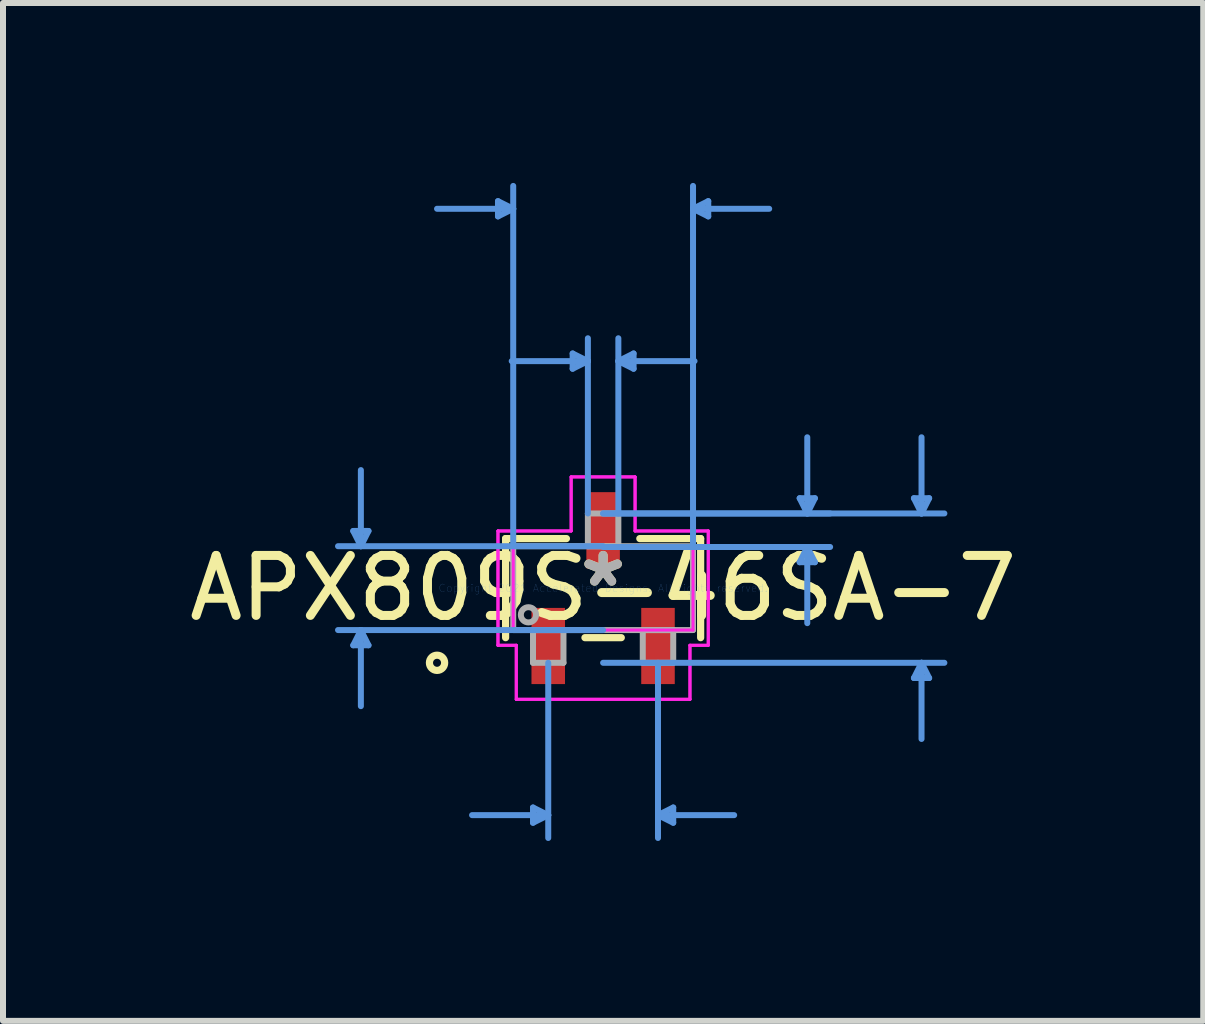
<source format=kicad_pcb>
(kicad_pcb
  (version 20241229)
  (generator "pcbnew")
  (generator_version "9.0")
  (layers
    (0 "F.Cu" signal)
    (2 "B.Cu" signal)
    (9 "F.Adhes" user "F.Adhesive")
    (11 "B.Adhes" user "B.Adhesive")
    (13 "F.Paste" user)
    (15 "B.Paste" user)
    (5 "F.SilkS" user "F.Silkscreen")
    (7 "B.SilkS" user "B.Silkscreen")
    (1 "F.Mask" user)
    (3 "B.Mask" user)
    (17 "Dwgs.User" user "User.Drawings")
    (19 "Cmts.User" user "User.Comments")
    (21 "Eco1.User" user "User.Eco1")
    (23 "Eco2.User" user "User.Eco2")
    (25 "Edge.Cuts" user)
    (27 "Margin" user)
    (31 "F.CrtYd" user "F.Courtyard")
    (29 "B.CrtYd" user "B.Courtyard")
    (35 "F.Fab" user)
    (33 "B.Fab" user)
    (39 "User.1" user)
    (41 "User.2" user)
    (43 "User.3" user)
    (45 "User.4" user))
  (footprint "APX809S-46SA-7"
    (layer "F.Cu")
    (at 7.006 6.756)
    (property "Reference" "APX809S-46SA-7" (at 0 0 0) (layer "F.SilkS") (effects (font (size 1 1) (thickness 0.15))))
    (attr through_hole)
    (fp_line (start -1.626 -0.826) (end -1.626 0.826) (stroke (width 0.12) (type solid)) (layer "F.SilkS"))
    (fp_line (start -0.612 -0.826) (end -1.626 -0.826) (stroke (width 0.12) (type solid)) (layer "F.SilkS"))
    (fp_line (start -0.303 0.826) (end 0.303 0.826) (stroke (width 0.12) (type solid)) (layer "F.SilkS"))
    (fp_line (start 1.626 -0.826) (end 0.612 -0.826) (stroke (width 0.12) (type solid)) (layer "F.SilkS"))
    (fp_line (start 1.626 0.826) (end 1.626 -0.826) (stroke (width 0.12) (type solid)) (layer "F.SilkS"))
    (fp_circle (center -2.769 1.245) (end -2.642 1.245) (stroke (width 0.12) (type solid)) (fill no) (layer "F.SilkS"))
    (fp_line (start -4.166 -0.953) (end -3.912 -0.953) (stroke (width 0.1) (type solid)) (layer "Cmts.User"))
    (fp_line (start -4.166 0.953) (end -3.912 0.953) (stroke (width 0.1) (type solid)) (layer "Cmts.User"))
    (fp_line (start -4.039 -0.699) (end -4.166 -0.953) (stroke (width 0.1) (type solid)) (layer "Cmts.User"))
    (fp_line (start -4.039 -0.699) (end -4.039 -1.968) (stroke (width 0.1) (type solid)) (layer "Cmts.User"))
    (fp_line (start -4.039 -0.699) (end -3.912 -0.953) (stroke (width 0.1) (type solid)) (layer "Cmts.User"))
    (fp_line (start -4.039 0.699) (end -4.166 0.953) (stroke (width 0.1) (type solid)) (layer "Cmts.User"))
    (fp_line (start -4.039 0.699) (end -4.039 1.968) (stroke (width 0.1) (type solid)) (layer "Cmts.User"))
    (fp_line (start -4.039 0.699) (end -3.912 0.953) (stroke (width 0.1) (type solid)) (layer "Cmts.User"))
    (fp_line (start -1.753 -6.452) (end -1.753 -6.198) (stroke (width 0.1) (type solid)) (layer "Cmts.User"))
    (fp_line (start -1.499 -6.325) (end -2.769 -6.325) (stroke (width 0.1) (type solid)) (layer "Cmts.User"))
    (fp_line (start -1.499 -6.325) (end -1.753 -6.452) (stroke (width 0.1) (type solid)) (layer "Cmts.User"))
    (fp_line (start -1.499 -6.325) (end -1.753 -6.198) (stroke (width 0.1) (type solid)) (layer "Cmts.User"))
    (fp_line (start -1.499 -0.699) (end -1.499 -6.706) (stroke (width 0.1) (type solid)) (layer "Cmts.User"))
    (fp_line (start -1.169 3.658) (end -1.169 3.912) (stroke (width 0.1) (type solid)) (layer "Cmts.User"))
    (fp_line (start -0.915 1.245) (end -0.915 4.166) (stroke (width 0.1) (type solid)) (layer "Cmts.User"))
    (fp_line (start -0.915 3.785) (end -2.185 3.785) (stroke (width 0.1) (type solid)) (layer "Cmts.User"))
    (fp_line (start -0.915 3.785) (end -1.169 3.658) (stroke (width 0.1) (type solid)) (layer "Cmts.User"))
    (fp_line (start -0.915 3.785) (end -1.169 3.912) (stroke (width 0.1) (type solid)) (layer "Cmts.User"))
    (fp_line (start -0.508 -3.912) (end -0.508 -3.658) (stroke (width 0.1) (type solid)) (layer "Cmts.User"))
    (fp_line (start -0.254 -3.785) (end -1.524 -3.785) (stroke (width 0.1) (type solid)) (layer "Cmts.User"))
    (fp_line (start -0.254 -3.785) (end -0.508 -3.912) (stroke (width 0.1) (type solid)) (layer "Cmts.User"))
    (fp_line (start -0.254 -3.785) (end -0.508 -3.658) (stroke (width 0.1) (type solid)) (layer "Cmts.User"))
    (fp_line (start -0.254 -1.245) (end -0.254 -4.166) (stroke (width 0.1) (type solid)) (layer "Cmts.User"))
    (fp_line (start 0 -1.245) (end 3.785 -1.245) (stroke (width 0.1) (type solid)) (layer "Cmts.User"))
    (fp_line (start 0 -1.245) (end 5.69 -1.245) (stroke (width 0.1) (type solid)) (layer "Cmts.User"))
    (fp_line (start 0 -0.699) (end -4.42 -0.699) (stroke (width 0.1) (type solid)) (layer "Cmts.User"))
    (fp_line (start 0 -0.686) (end 3.785 -0.686) (stroke (width 0.1) (type solid)) (layer "Cmts.User"))
    (fp_line (start 0 0.699) (end -4.42 0.699) (stroke (width 0.1) (type solid)) (layer "Cmts.User"))
    (fp_line (start 0 1.245) (end 5.69 1.245) (stroke (width 0.1) (type solid)) (layer "Cmts.User"))
    (fp_line (start 0.254 -3.785) (end 0.508 -3.912) (stroke (width 0.1) (type solid)) (layer "Cmts.User"))
    (fp_line (start 0.254 -3.785) (end 0.508 -3.658) (stroke (width 0.1) (type solid)) (layer "Cmts.User"))
    (fp_line (start 0.254 -3.785) (end 1.524 -3.785) (stroke (width 0.1) (type solid)) (layer "Cmts.User"))
    (fp_line (start 0.254 -1.245) (end 0.254 -4.166) (stroke (width 0.1) (type solid)) (layer "Cmts.User"))
    (fp_line (start 0.508 -3.912) (end 0.508 -3.658) (stroke (width 0.1) (type solid)) (layer "Cmts.User"))
    (fp_line (start 0.915 1.245) (end 0.915 4.166) (stroke (width 0.1) (type solid)) (layer "Cmts.User"))
    (fp_line (start 0.915 3.785) (end 1.169 3.658) (stroke (width 0.1) (type solid)) (layer "Cmts.User"))
    (fp_line (start 0.915 3.785) (end 1.169 3.912) (stroke (width 0.1) (type solid)) (layer "Cmts.User"))
    (fp_line (start 0.915 3.785) (end 2.185 3.785) (stroke (width 0.1) (type solid)) (layer "Cmts.User"))
    (fp_line (start 1.169 3.658) (end 1.169 3.912) (stroke (width 0.1) (type solid)) (layer "Cmts.User"))
    (fp_line (start 1.499 -6.325) (end 1.753 -6.452) (stroke (width 0.1) (type solid)) (layer "Cmts.User"))
    (fp_line (start 1.499 -6.325) (end 1.753 -6.198) (stroke (width 0.1) (type solid)) (layer "Cmts.User"))
    (fp_line (start 1.499 -6.325) (end 2.769 -6.325) (stroke (width 0.1) (type solid)) (layer "Cmts.User"))
    (fp_line (start 1.499 -0.699) (end 1.499 -6.706) (stroke (width 0.1) (type solid)) (layer "Cmts.User"))
    (fp_line (start 1.753 -6.452) (end 1.753 -6.198) (stroke (width 0.1) (type solid)) (layer "Cmts.User"))
    (fp_line (start 3.277 -1.499) (end 3.531 -1.499) (stroke (width 0.1) (type solid)) (layer "Cmts.User"))
    (fp_line (start 3.277 -0.432) (end 3.531 -0.432) (stroke (width 0.1) (type solid)) (layer "Cmts.User"))
    (fp_line (start 3.404 -1.245) (end 3.277 -1.499) (stroke (width 0.1) (type solid)) (layer "Cmts.User"))
    (fp_line (start 3.404 -1.245) (end 3.404 -2.515) (stroke (width 0.1) (type solid)) (layer "Cmts.User"))
    (fp_line (start 3.404 -1.245) (end 3.531 -1.499) (stroke (width 0.1) (type solid)) (layer "Cmts.User"))
    (fp_line (start 3.404 -0.686) (end 3.277 -0.432) (stroke (width 0.1) (type solid)) (layer "Cmts.User"))
    (fp_line (start 3.404 -0.686) (end 3.404 0.584) (stroke (width 0.1) (type solid)) (layer "Cmts.User"))
    (fp_line (start 3.404 -0.686) (end 3.531 -0.432) (stroke (width 0.1) (type solid)) (layer "Cmts.User"))
    (fp_line (start 5.182 -1.499) (end 5.436 -1.499) (stroke (width 0.1) (type solid)) (layer "Cmts.User"))
    (fp_line (start 5.182 1.499) (end 5.436 1.499) (stroke (width 0.1) (type solid)) (layer "Cmts.User"))
    (fp_line (start 5.309 -1.245) (end 5.182 -1.499) (stroke (width 0.1) (type solid)) (layer "Cmts.User"))
    (fp_line (start 5.309 -1.245) (end 5.309 -2.515) (stroke (width 0.1) (type solid)) (layer "Cmts.User"))
    (fp_line (start 5.309 -1.245) (end 5.436 -1.499) (stroke (width 0.1) (type solid)) (layer "Cmts.User"))
    (fp_line (start 5.309 1.245) (end 5.182 1.499) (stroke (width 0.1) (type solid)) (layer "Cmts.User"))
    (fp_line (start 5.309 1.245) (end 5.309 2.515) (stroke (width 0.1) (type solid)) (layer "Cmts.User"))
    (fp_line (start 5.309 1.245) (end 5.436 1.499) (stroke (width 0.1) (type solid)) (layer "Cmts.User"))
    (fp_line (start -1.753 -0.953) (end -0.533 -0.953) (stroke (width 0.05) (type solid)) (layer "F.CrtYd"))
    (fp_line (start -1.753 -0.953) (end -0.533 -0.953) (stroke (width 0.05) (type solid)) (layer "F.CrtYd"))
    (fp_line (start -1.753 0.953) (end -1.753 -0.953) (stroke (width 0.05) (type solid)) (layer "F.CrtYd"))
    (fp_line (start -1.753 0.953) (end -1.753 -0.953) (stroke (width 0.05) (type solid)) (layer "F.CrtYd"))
    (fp_line (start -1.753 0.953) (end -1.448 0.953) (stroke (width 0.05) (type solid)) (layer "F.CrtYd"))
    (fp_line (start -1.499 -0.699) (end 1.499 -0.699) (stroke (width 0.05) (type solid)) (layer "F.CrtYd"))
    (fp_line (start -1.499 0.699) (end -1.499 -0.699) (stroke (width 0.05) (type solid)) (layer "F.CrtYd"))
    (fp_line (start -1.448 0.953) (end -1.753 0.953) (stroke (width 0.05) (type solid)) (layer "F.CrtYd"))
    (fp_line (start -1.448 0.953) (end -1.448 1.854) (stroke (width 0.05) (type solid)) (layer "F.CrtYd"))
    (fp_line (start -1.448 1.854) (end -1.448 0.953) (stroke (width 0.05) (type solid)) (layer "F.CrtYd"))
    (fp_line (start -1.448 1.854) (end 1.448 1.854) (stroke (width 0.05) (type solid)) (layer "F.CrtYd"))
    (fp_line (start -0.533 -1.854) (end 0.533 -1.854) (stroke (width 0.05) (type solid)) (layer "F.CrtYd"))
    (fp_line (start -0.533 -1.854) (end 0.533 -1.854) (stroke (width 0.05) (type solid)) (layer "F.CrtYd"))
    (fp_line (start -0.533 -0.953) (end -0.533 -1.854) (stroke (width 0.05) (type solid)) (layer "F.CrtYd"))
    (fp_line (start -0.533 -0.953) (end -0.533 -1.854) (stroke (width 0.05) (type solid)) (layer "F.CrtYd"))
    (fp_line (start 0.533 -1.854) (end 0.533 -0.953) (stroke (width 0.05) (type solid)) (layer "F.CrtYd"))
    (fp_line (start 0.533 -0.953) (end 0.533 -1.854) (stroke (width 0.05) (type solid)) (layer "F.CrtYd"))
    (fp_line (start 0.533 -0.953) (end 1.753 -0.953) (stroke (width 0.05) (type solid)) (layer "F.CrtYd"))
    (fp_line (start 1.448 0.953) (end 1.448 1.854) (stroke (width 0.05) (type solid)) (layer "F.CrtYd"))
    (fp_line (start 1.448 0.953) (end 1.448 1.854) (stroke (width 0.05) (type solid)) (layer "F.CrtYd"))
    (fp_line (start 1.448 1.854) (end -1.448 1.854) (stroke (width 0.05) (type solid)) (layer "F.CrtYd"))
    (fp_line (start 1.499 -0.699) (end 1.499 0.699) (stroke (width 0.05) (type solid)) (layer "F.CrtYd"))
    (fp_line (start 1.499 0.699) (end -1.499 0.699) (stroke (width 0.05) (type solid)) (layer "F.CrtYd"))
    (fp_line (start 1.753 -0.953) (end 0.533 -0.953) (stroke (width 0.05) (type solid)) (layer "F.CrtYd"))
    (fp_line (start 1.753 -0.953) (end 1.753 0.953) (stroke (width 0.05) (type solid)) (layer "F.CrtYd"))
    (fp_line (start 1.753 -0.953) (end 1.753 0.953) (stroke (width 0.05) (type solid)) (layer "F.CrtYd"))
    (fp_line (start 1.753 0.953) (end 1.448 0.953) (stroke (width 0.05) (type solid)) (layer "F.CrtYd"))
    (fp_line (start 1.753 0.953) (end 1.448 0.953) (stroke (width 0.05) (type solid)) (layer "F.CrtYd"))
    (fp_line (start -1.499 -0.699) (end -1.499 0.699) (stroke (width 0.1) (type solid)) (layer "F.Fab"))
    (fp_line (start -1.499 0.699) (end 1.499 0.699) (stroke (width 0.1) (type solid)) (layer "F.Fab"))
    (fp_line (start -1.169 0.699) (end -1.169 1.245) (stroke (width 0.1) (type solid)) (layer "F.Fab"))
    (fp_line (start -1.169 1.245) (end -0.661 1.245) (stroke (width 0.1) (type solid)) (layer "F.Fab"))
    (fp_line (start -0.661 0.699) (end -1.169 0.699) (stroke (width 0.1) (type solid)) (layer "F.Fab"))
    (fp_line (start -0.661 1.245) (end -0.661 0.699) (stroke (width 0.1) (type solid)) (layer "F.Fab"))
    (fp_line (start -0.254 -1.245) (end -0.254 -0.699) (stroke (width 0.1) (type solid)) (layer "F.Fab"))
    (fp_line (start -0.254 -0.699) (end 0.254 -0.699) (stroke (width 0.1) (type solid)) (layer "F.Fab"))
    (fp_line (start 0.254 -1.245) (end -0.254 -1.245) (stroke (width 0.1) (type solid)) (layer "F.Fab"))
    (fp_line (start 0.254 -0.699) (end 0.254 -1.245) (stroke (width 0.1) (type solid)) (layer "F.Fab"))
    (fp_line (start 0.661 0.699) (end 0.661 1.245) (stroke (width 0.1) (type solid)) (layer "F.Fab"))
    (fp_line (start 0.661 1.245) (end 1.169 1.245) (stroke (width 0.1) (type solid)) (layer "F.Fab"))
    (fp_line (start 1.169 0.699) (end 0.661 0.699) (stroke (width 0.1) (type solid)) (layer "F.Fab"))
    (fp_line (start 1.169 1.245) (end 1.169 0.699) (stroke (width 0.1) (type solid)) (layer "F.Fab"))
    (fp_line (start 1.499 -0.699) (end -1.499 -0.699) (stroke (width 0.1) (type solid)) (layer "F.Fab"))
    (fp_line (start 1.499 0.699) (end 1.499 -0.699) (stroke (width 0.1) (type solid)) (layer "F.Fab"))
    (fp_circle (center -1.245 0.445) (end -1.118 0.445) (stroke (width 0.1) (type solid)) (fill no) (layer "F.Fab"))
    (fp_text user "*" (at 0 0 0) (layer "F.SilkS") (effects (font (size 1 1) (thickness 0.15))))
    (fp_text user "Copyright 2021 Accelerated Designs. All rights reserved." (at 0 0 0) (layer "Cmts.User") (effects (font (size 0.127 0.127) (thickness 0.002))))
    (fp_text user "*" (at 0 0 0) (layer "F.Fab") (effects (font (size 1 1) (thickness 0.15))))
    (pad "1" smd rect (at -0.915 0.965) (size 0.559 1.27) (layers "F.Cu" "F.Mask" "F.Paste"))
    (pad "2" smd rect (at 0.915 0.965) (size 0.559 1.27) (layers "F.Cu" "F.Mask" "F.Paste"))
    (pad "3" smd rect (at 0 -0.965) (size 0.559 1.27) (layers "F.Cu" "F.Mask" "F.Paste")))
  (gr_rect
    (start -3 -3)
    (end 17.012 13.971)
    (stroke (width 0.1) (type default))
    (fill no)
    (layer "Edge.Cuts")))
</source>
